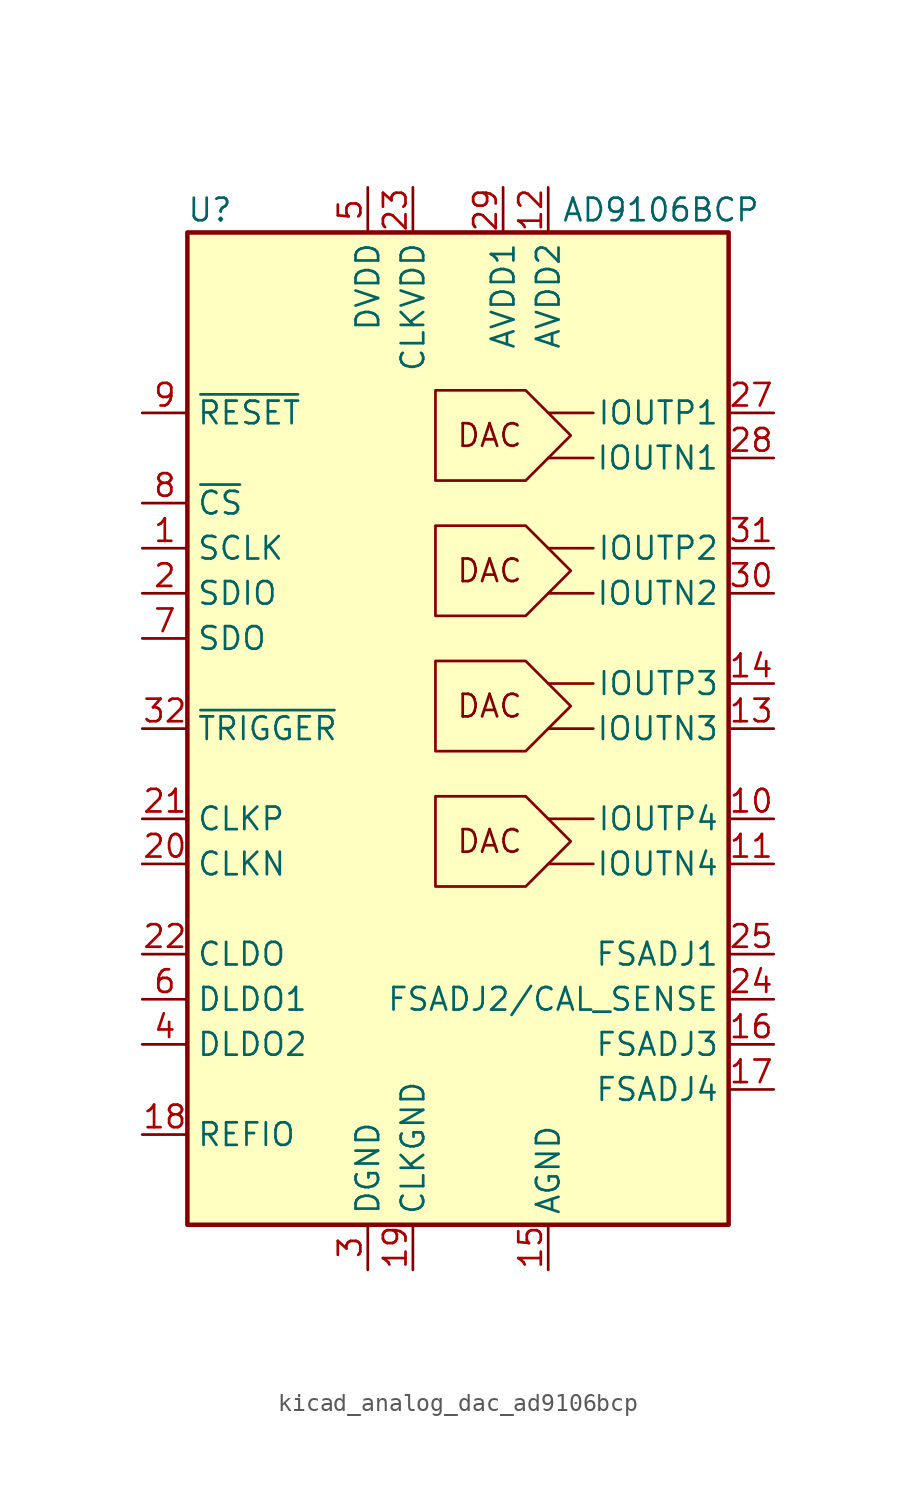
<source format=kicad_sym>
(kicad_symbol_lib
  (version 20220914)
  (generator kicad_symbol_editor)
  (symbol "kicad_analog_dac_ad9106bcp"
    (property "Reference" "U"
      (at -13.97 29.21 0)
      (effects (font (size 1.27 1.27))))
    (property "Value" "AD9106BCP"
      (at 11.43 29.21 0)
      (effects (font (size 1.27 1.27))))
    (symbol "kicad_analog_dac_ad9106bcp_0_0"
      (rectangle (start -15.24 27.94) (end 15.24 -27.94) (stroke (width 0.254) (type default)) (fill (type background)))
      (polyline (pts (xy 5.08 -7.62) (xy 7.62 -7.62)) (stroke (width 0) (type default)) (fill (type none)))
      (polyline (pts (xy 5.08 -5.08) (xy 7.62 -5.08)) (stroke (width 0) (type default)) (fill (type none)))
      (polyline (pts (xy 5.08 0) (xy 7.62 0)) (stroke (width 0) (type default)) (fill (type none)))
      (polyline (pts (xy 5.08 2.54) (xy 7.62 2.54)) (stroke (width 0) (type default)) (fill (type none)))
      (polyline (pts (xy 5.08 7.62) (xy 7.62 7.62)) (stroke (width 0) (type default)) (fill (type none)))
      (polyline (pts (xy 5.08 10.16) (xy 7.62 10.16)) (stroke (width 0) (type default)) (fill (type none)))
      (polyline (pts (xy 5.08 15.24) (xy 7.62 15.24)) (stroke (width 0) (type default)) (fill (type none)))
      (polyline (pts (xy 5.08 17.78) (xy 7.62 17.78)) (stroke (width 0) (type default)) (fill (type none)))
      (text "DAC" (at 1.778 -6.35 0) (effects (font (size 1.27 1.27))))
      (text "DAC" (at 1.778 1.27 0) (effects (font (size 1.27 1.27))))
      (text "DAC" (at 1.778 8.89 0) (effects (font (size 1.27 1.27))))
      (text "DAC" (at 1.778 16.51 0) (effects (font (size 1.27 1.27)))))
    (symbol "kicad_analog_dac_ad9106bcp_0_1"
      (polyline (pts (xy -1.27 -3.81) (xy 3.81 -3.81) (xy 6.35 -6.35) (xy 3.81 -8.89) (xy -1.27 -8.89) (xy -1.27 -3.81)) (stroke (width 0) (type default)) (fill (type none)))
      (polyline (pts (xy -1.27 3.81) (xy 3.81 3.81) (xy 6.35 1.27) (xy 3.81 -1.27) (xy -1.27 -1.27) (xy -1.27 3.81)) (stroke (width 0) (type default)) (fill (type none)))
      (polyline (pts (xy -1.27 11.43) (xy 3.81 11.43) (xy 6.35 8.89) (xy 3.81 6.35) (xy -1.27 6.35) (xy -1.27 11.43)) (stroke (width 0) (type default)) (fill (type none)))
      (polyline (pts (xy -1.27 19.05) (xy 3.81 19.05) (xy 6.35 16.51) (xy 3.81 13.97) (xy -1.27 13.97) (xy -1.27 19.05)) (stroke (width 0) (type default)) (fill (type none))))
    (symbol "kicad_analog_dac_ad9106bcp_1_1"
      (pin input line (at -17.78 10.16 0) (length 2.54) (name "SCLK" (effects (font (size 1.27 1.27)))) (number "1" (effects (font (size 1.27 1.27)))))
      (pin output line (at 17.78 -5.08 180) (length 2.54) (name "IOUTP4" (effects (font (size 1.27 1.27)))) (number "10" (effects (font (size 1.27 1.27)))))
      (pin output line (at 17.78 -7.62 180) (length 2.54) (name "IOUTN4" (effects (font (size 1.27 1.27)))) (number "11" (effects (font (size 1.27 1.27)))))
      (pin power_in line (at 5.08 30.48 270) (length 2.54) (name "AVDD2" (effects (font (size 1.27 1.27)))) (number "12" (effects (font (size 1.27 1.27)))))
      (pin output line (at 17.78 0 180) (length 2.54) (name "IOUTN3" (effects (font (size 1.27 1.27)))) (number "13" (effects (font (size 1.27 1.27)))))
      (pin output line (at 17.78 2.54 180) (length 2.54) (name "IOUTP3" (effects (font (size 1.27 1.27)))) (number "14" (effects (font (size 1.27 1.27)))))
      (pin power_in line (at 5.08 -30.48 90) (length 2.54) (name "AGND" (effects (font (size 1.27 1.27)))) (number "15" (effects (font (size 1.27 1.27)))))
      (pin output line (at 17.78 -17.78 180) (length 2.54) (name "FSADJ3" (effects (font (size 1.27 1.27)))) (number "16" (effects (font (size 1.27 1.27)))))
      (pin output line (at 17.78 -20.32 180) (length 2.54) (name "FSADJ4" (effects (font (size 1.27 1.27)))) (number "17" (effects (font (size 1.27 1.27)))))
      (pin bidirectional line (at -17.78 -22.86 0) (length 2.54) (name "REFIO" (effects (font (size 1.27 1.27)))) (number "18" (effects (font (size 1.27 1.27)))))
      (pin power_in line (at -2.54 -30.48 90) (length 2.54) (name "CLKGND" (effects (font (size 1.27 1.27)))) (number "19" (effects (font (size 1.27 1.27)))))
      (pin bidirectional line (at -17.78 7.62 0) (length 2.54) (name "SDIO" (effects (font (size 1.27 1.27)))) (number "2" (effects (font (size 1.27 1.27)))))
      (pin input line (at -17.78 -7.62 0) (length 2.54) (name "CLKN" (effects (font (size 1.27 1.27)))) (number "20" (effects (font (size 1.27 1.27)))))
      (pin input line (at -17.78 -5.08 0) (length 2.54) (name "CLKP" (effects (font (size 1.27 1.27)))) (number "21" (effects (font (size 1.27 1.27)))))
      (pin bidirectional line (at -17.78 -12.7 0) (length 2.54) (name "CLDO" (effects (font (size 1.27 1.27)))) (number "22" (effects (font (size 1.27 1.27)))))
      (pin power_in line (at -2.54 30.48 270) (length 2.54) (name "CLKVDD" (effects (font (size 1.27 1.27)))) (number "23" (effects (font (size 1.27 1.27)))))
      (pin bidirectional line (at 17.78 -15.24 180) (length 2.54) (name "FSADJ2/CAL_SENSE" (effects (font (size 1.27 1.27)))) (number "24" (effects (font (size 1.27 1.27)))))
      (pin output line (at 17.78 -12.7 180) (length 2.54) (name "FSADJ1" (effects (font (size 1.27 1.27)))) (number "25" (effects (font (size 1.27 1.27)))))
      (pin passive line (at 5.08 -30.48 90) (length 2.54) hide (name "AGND" (effects (font (size 1.27 1.27)))) (number "26" (effects (font (size 1.27 1.27)))))
      (pin output line (at 17.78 17.78 180) (length 2.54) (name "IOUTP1" (effects (font (size 1.27 1.27)))) (number "27" (effects (font (size 1.27 1.27)))))
      (pin output line (at 17.78 15.24 180) (length 2.54) (name "IOUTN1" (effects (font (size 1.27 1.27)))) (number "28" (effects (font (size 1.27 1.27)))))
      (pin power_in line (at 2.54 30.48 270) (length 2.54) (name "AVDD1" (effects (font (size 1.27 1.27)))) (number "29" (effects (font (size 1.27 1.27)))))
      (pin power_in line (at -5.08 -30.48 90) (length 2.54) (name "DGND" (effects (font (size 1.27 1.27)))) (number "3" (effects (font (size 1.27 1.27)))))
      (pin output line (at 17.78 7.62 180) (length 2.54) (name "IOUTN2" (effects (font (size 1.27 1.27)))) (number "30" (effects (font (size 1.27 1.27)))))
      (pin output line (at 17.78 10.16 180) (length 2.54) (name "IOUTP2" (effects (font (size 1.27 1.27)))) (number "31" (effects (font (size 1.27 1.27)))))
      (pin input line (at -17.78 0 0) (length 2.54) (name "~{TRIGGER}" (effects (font (size 1.27 1.27)))) (number "32" (effects (font (size 1.27 1.27)))))
      (pin passive line (at -5.08 -30.48 90) (length 2.54) hide (name "DGND" (effects (font (size 1.27 1.27)))) (number "33" (effects (font (size 1.27 1.27)))))
      (pin power_out line (at -17.78 -17.78 0) (length 2.54) (name "DLDO2" (effects (font (size 1.27 1.27)))) (number "4" (effects (font (size 1.27 1.27)))))
      (pin power_in line (at -5.08 30.48 270) (length 2.54) (name "DVDD" (effects (font (size 1.27 1.27)))) (number "5" (effects (font (size 1.27 1.27)))))
      (pin power_out line (at -17.78 -15.24 0) (length 2.54) (name "DLDO1" (effects (font (size 1.27 1.27)))) (number "6" (effects (font (size 1.27 1.27)))))
      (pin output line (at -17.78 5.08 0) (length 2.54) (name "SDO" (effects (font (size 1.27 1.27)))) (number "7" (effects (font (size 1.27 1.27)))) (alternate "DOUT" output line) (alternate "SDI2" input line))
      (pin input line (at -17.78 12.7 0) (length 2.54) (name "~{CS}" (effects (font (size 1.27 1.27)))) (number "8" (effects (font (size 1.27 1.27)))))
      (pin input line (at -17.78 17.78 0) (length 2.54) (name "~{RESET}" (effects (font (size 1.27 1.27)))) (number "9" (effects (font (size 1.27 1.27))))))))
</source>
